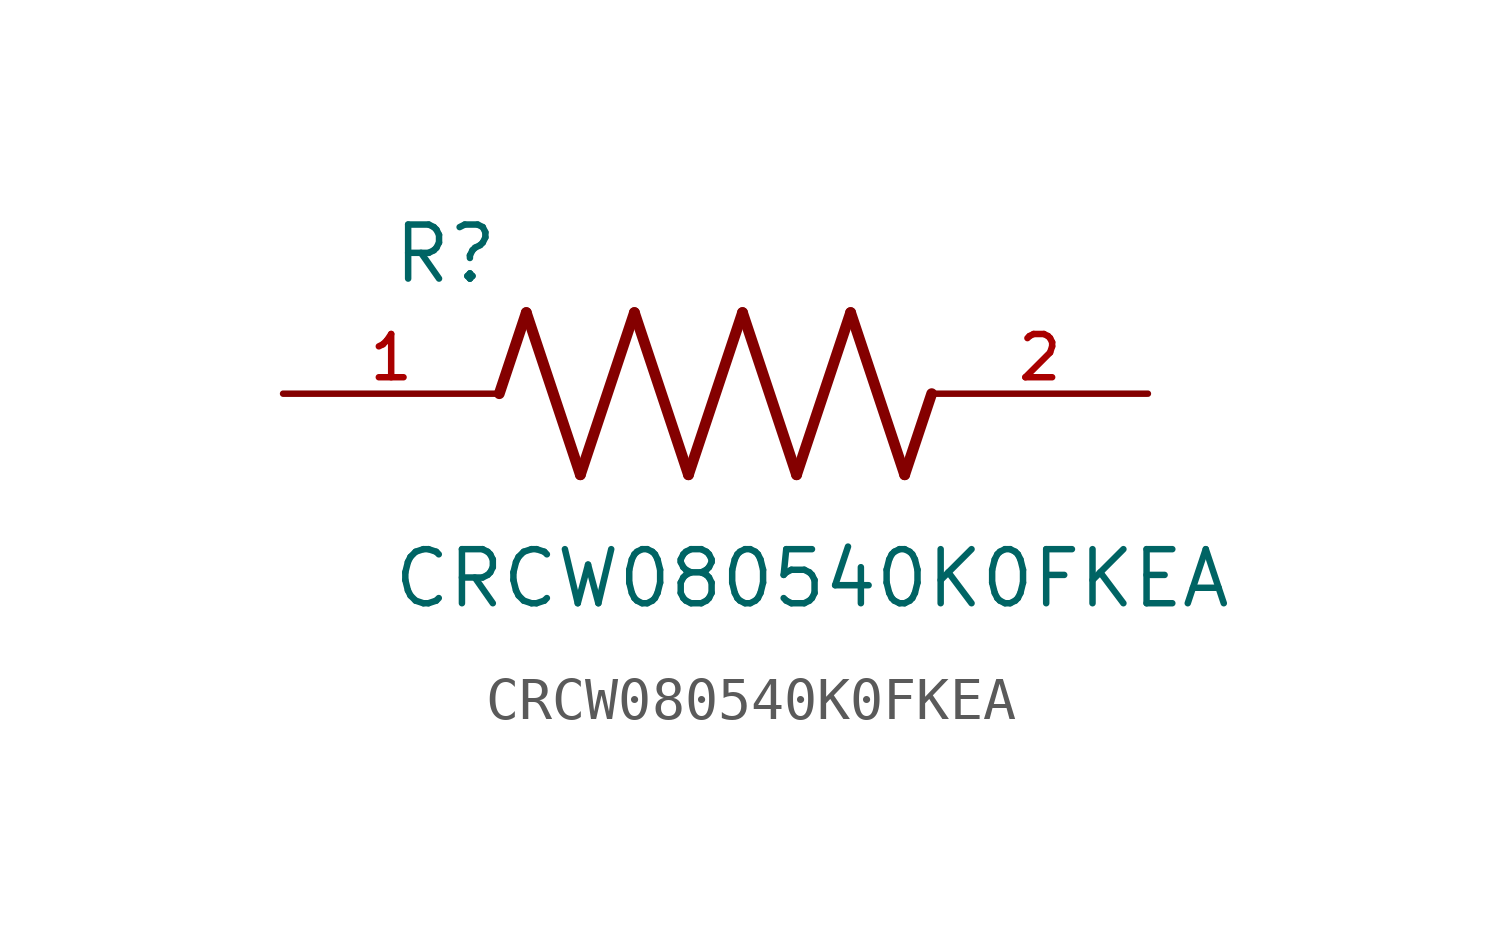
<source format=kicad_sym>
(kicad_symbol_lib
  (version 20211014)
  (generator kicad_symbol_editor)
  (symbol "CRCW080540K0FKEA"
    (pin_names
      (offset 1.016))
    (property "Reference" "R"
      (at -7.624 2.541 0)
      (effects (font (size 1.27 1.27)) (justify bottom left)))
    (property "Value" "CRCW080540K0FKEA"
      (at -7.63 -5.087 0)
      (effects (font (size 1.27 1.27)) (justify bottom left)))
    (symbol "CRCW080540K0FKEA_0_0"
      (polyline (pts (xy -5.08 0.0) (xy -4.445 1.905)) (stroke (width 0.254)))
      (polyline (pts (xy -4.445 1.905) (xy -3.175 -1.905)) (stroke (width 0.254)))
      (polyline (pts (xy -3.175 -1.905) (xy -1.905 1.905)) (stroke (width 0.254)))
      (polyline (pts (xy -1.905 1.905) (xy -0.635 -1.905)) (stroke (width 0.254)))
      (polyline (pts (xy -0.635 -1.905) (xy 0.635 1.905)) (stroke (width 0.254)))
      (polyline (pts (xy 0.635 1.905) (xy 1.905 -1.905)) (stroke (width 0.254)))
      (polyline (pts (xy 1.905 -1.905) (xy 3.175 1.905)) (stroke (width 0.254)))
      (polyline (pts (xy 3.175 1.905) (xy 4.445 -1.905)) (stroke (width 0.254)))
      (polyline (pts (xy 4.445 -1.905) (xy 5.08 0.0)) (stroke (width 0.254)))
      (pin passive line (at -10.16 0.0 0) (length 5.08) (name "~" (effects (font (size 1.016 1.016)))) (number "1" (effects (font (size 1.016 1.016)))))
      (pin passive line (at 10.16 0.0 180.0) (length 5.08) (name "~" (effects (font (size 1.016 1.016)))) (number "2" (effects (font (size 1.016 1.016))))))))
</source>
